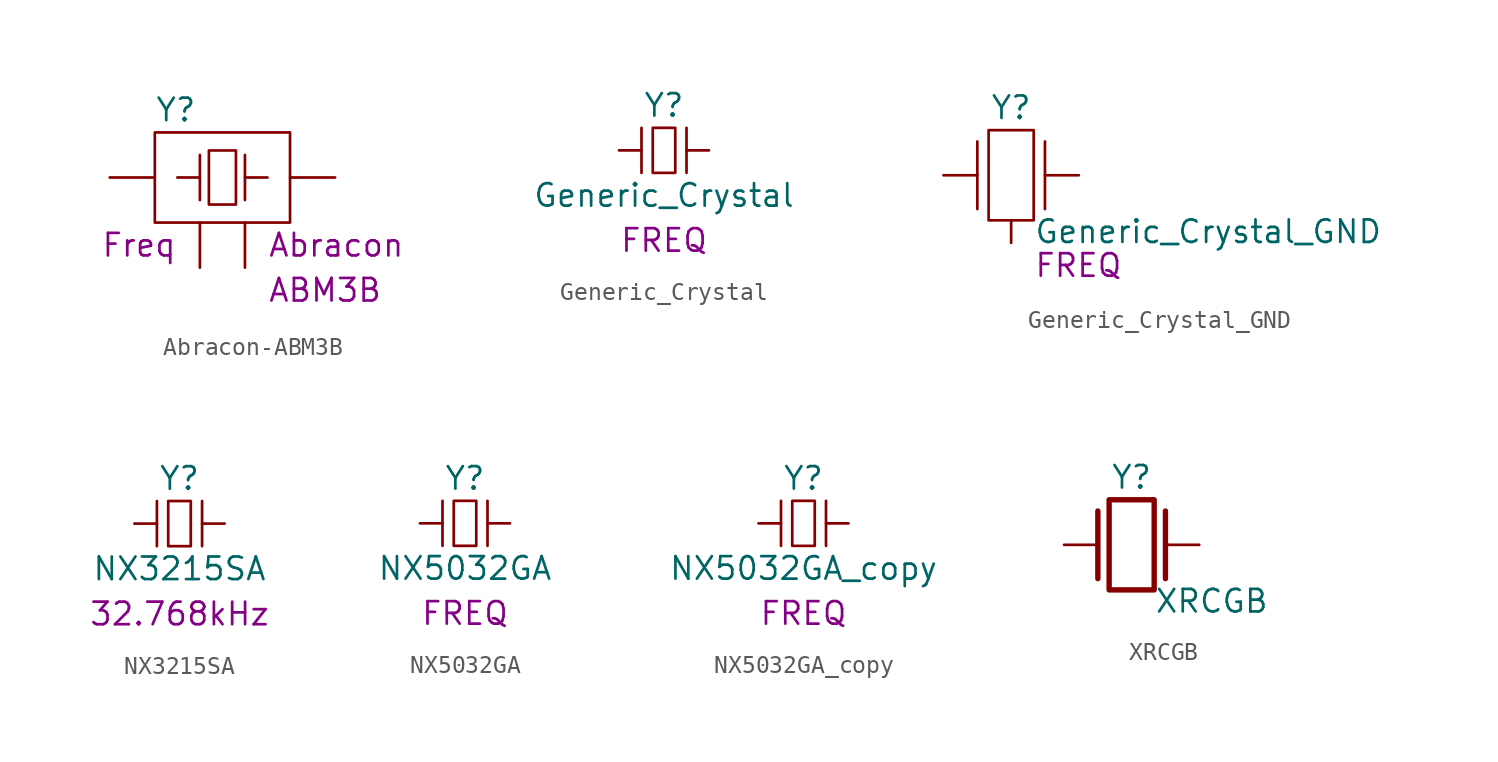
<source format=kicad_sym>
(kicad_symbol_lib
  (version 20211014)
  (generator kicad_symbol_editor)
  (symbol "Abracon-ABM3B"
    (pin_numbers hide)
    (pin_names hide)
    (property "Reference" "Y"
      (at -3.81 3.81 0)
      (effects (font (size 1.27 1.27)) (justify left)))
    (property "Manufacturer" "Abracon"
      (at 2.54 -3.81 0)
      (effects (font (size 1.27 1.27)) (justify left)))
    (property "MPN" "ABM3B"
      (at 2.54 -6.35 0)
      (effects (font (size 1.27 1.27)) (justify left)))
    (property "Frequency" "Freq"
      (at -2.54 -3.81 0)
      (effects (font (size 1.27 1.27)) (justify right)))
    (symbol "Abracon-ABM3B_0_1"
      (rectangle (start -3.81 2.54) (end 3.81 -2.54) (stroke (width 0) (type default) (color 0 0 0 0)) (fill (type none)))
      (rectangle (start -0.762 -1.524) (end 0.762 1.524) (stroke (width 0) (type default) (color 0 0 0 0)) (fill (type none)))
      (polyline (pts (xy -1.27 -1.27) (xy -1.27 1.27)) (stroke (width 0) (type default) (color 0 0 0 0)) (fill (type none)))
      (polyline (pts (xy -1.27 0) (xy -2.54 0)) (stroke (width 0) (type default) (color 0 0 0 0)) (fill (type none)))
      (polyline (pts (xy 1.27 -1.27) (xy 1.27 1.27)) (stroke (width 0) (type default) (color 0 0 0 0)) (fill (type none)))
      (polyline (pts (xy 1.27 0) (xy 2.54 0)) (stroke (width 0) (type default) (color 0 0 0 0)) (fill (type none))))
    (symbol "Abracon-ABM3B_1_1"
      (pin passive line (at -6.35 0 0) (length 2.54) (name "1" (effects (font (size 1.27 1.27)))) (number "1" (effects (font (size 0.762 0.762)))))
      (pin passive line (at -1.27 -5.08 90) (length 2.54) (name "2" (effects (font (size 1.27 1.27)))) (number "2" (effects (font (size 0.762 0.762)))))
      (pin passive line (at 6.35 0 180) (length 2.54) (name "3" (effects (font (size 1.27 1.27)))) (number "3" (effects (font (size 0.762 0.762)))))
      (pin passive line (at 1.27 -5.08 90) (length 2.54) (name "4" (effects (font (size 1.27 1.27)))) (number "4" (effects (font (size 1.27 1.27)))))))
  (symbol "Generic_Crystal"
    (pin_numbers hide)
    (pin_names
      (offset 1.016) hide)
    (property "Reference" "Y"
      (at 0 2.54 0)
      (effects (font (size 1.27 1.27))))
    (property "Value" "Generic_Crystal"
      (at 0 -2.54 0)
      (effects (font (size 1.27 1.27))))
    (property "Frequency" "FREQ"
      (at 0 -5.08 0)
      (effects (font (size 1.27 1.27))))
    (symbol "Generic_Crystal_0_1"
      (rectangle (start -0.635 1.27) (end 0.635 -1.27) (stroke (width 0) (type default) (color 0 0 0 0)) (fill (type none)))
      (polyline (pts (xy -1.27 1.27) (xy -1.27 -1.27)) (stroke (width 0) (type default) (color 0 0 0 0)) (fill (type none)))
      (polyline (pts (xy 1.27 1.27) (xy 1.27 0) (xy 1.27 -1.27)) (stroke (width 0) (type default) (color 0 0 0 0)) (fill (type none))))
    (symbol "Generic_Crystal_1_1"
      (pin passive line (at -2.54 0 0) (length 1.27) (name "1" (effects (font (size 1.27 1.27)))) (number "1" (effects (font (size 1.27 1.27)))))
      (pin passive line (at 2.54 0 180) (length 1.27) (name "2" (effects (font (size 1.27 1.27)))) (number "2" (effects (font (size 1.27 1.27)))))))
  (symbol "Generic_Crystal_GND"
    (pin_numbers hide)
    (pin_names
      (offset 1.016) hide)
    (property "Reference" "Y"
      (at 0 3.81 0)
      (effects (font (size 1.27 1.27))))
    (property "Value" "Generic_Crystal_GND"
      (at 1.27 -3.175 0)
      (effects (font (size 1.27 1.27)) (justify left)))
    (property "Frequency" "FREQ"
      (at 1.27 -5.08 0)
      (effects (font (size 1.27 1.27)) (justify left)))
    (symbol "Generic_Crystal_GND_0_1"
      (rectangle (start -1.27 2.54) (end 1.27 -2.54) (stroke (width 0) (type default) (color 0 0 0 0)) (fill (type none)))
      (polyline (pts (xy -1.905 1.905) (xy -1.905 -1.905)) (stroke (width 0) (type default) (color 0 0 0 0)) (fill (type none)))
      (polyline (pts (xy 1.905 1.905) (xy 1.905 0) (xy 1.905 -1.905)) (stroke (width 0) (type default) (color 0 0 0 0)) (fill (type none))))
    (symbol "Generic_Crystal_GND_1_1"
      (pin passive line (at -3.81 0 0) (length 1.905) (name "1" (effects (font (size 1.27 1.27)))) (number "1" (effects (font (size 1.27 1.27)))))
      (pin passive line (at 3.81 0 180) (length 1.905) (name "2" (effects (font (size 1.27 1.27)))) (number "2" (effects (font (size 1.27 1.27)))))
      (pin power_in line (at 0 -3.81 90) (length 1.27) (name "3" (effects (font (size 1.27 1.27)))) (number "GND" (effects (font (size 1.27 1.27)))))))
  (symbol "NX3215SA"
    (pin_numbers hide)
    (pin_names
      (offset 1.016) hide)
    (property "Reference" "Y"
      (at 0 2.54 0)
      (effects (font (size 1.27 1.27))))
    (property "Value" "NX3215SA"
      (at 0 -2.54 0)
      (effects (font (size 1.27 1.27))))
    (property "Frequency" "32.768kHz"
      (at 0 -5.08 0)
      (effects (font (size 1.27 1.27))))
    (symbol "NX3215SA_0_1"
      (rectangle (start -0.635 1.27) (end 0.635 -1.27) (stroke (width 0) (type default) (color 0 0 0 0)) (fill (type none)))
      (polyline (pts (xy -1.27 1.27) (xy -1.27 -1.27)) (stroke (width 0) (type default) (color 0 0 0 0)) (fill (type none)))
      (polyline (pts (xy 1.27 1.27) (xy 1.27 0) (xy 1.27 -1.27)) (stroke (width 0) (type default) (color 0 0 0 0)) (fill (type none))))
    (symbol "NX3215SA_1_1"
      (pin passive line (at -2.54 0 0) (length 1.27) (name "1" (effects (font (size 1.27 1.27)))) (number "1" (effects (font (size 1.27 1.27)))))
      (pin passive line (at 2.54 0 180) (length 1.27) (name "2" (effects (font (size 1.27 1.27)))) (number "2" (effects (font (size 1.27 1.27)))))))
  (symbol "NX5032GA"
    (pin_numbers hide)
    (pin_names
      (offset 1.016) hide)
    (property "Reference" "Y"
      (at 0 2.54 0)
      (effects (font (size 1.27 1.27))))
    (property "Value" "NX5032GA"
      (at 0 -2.54 0)
      (effects (font (size 1.27 1.27))))
    (property "Frequency" "FREQ"
      (at 0 -5.08 0)
      (effects (font (size 1.27 1.27))))
    (symbol "NX5032GA_0_1"
      (rectangle (start -0.635 1.27) (end 0.635 -1.27) (stroke (width 0) (type default) (color 0 0 0 0)) (fill (type none)))
      (polyline (pts (xy -1.27 1.27) (xy -1.27 -1.27)) (stroke (width 0) (type default) (color 0 0 0 0)) (fill (type none)))
      (polyline (pts (xy 1.27 1.27) (xy 1.27 0) (xy 1.27 -1.27)) (stroke (width 0) (type default) (color 0 0 0 0)) (fill (type none))))
    (symbol "NX5032GA_1_1"
      (pin passive line (at -2.54 0 0) (length 1.27) (name "1" (effects (font (size 1.27 1.27)))) (number "1" (effects (font (size 1.27 1.27)))))
      (pin passive line (at 2.54 0 180) (length 1.27) (name "2" (effects (font (size 1.27 1.27)))) (number "2" (effects (font (size 1.27 1.27)))))))
  (symbol "NX5032GA_copy"
    (pin_numbers hide)
    (pin_names
      (offset 1.016) hide)
    (property "Reference" "Y"
      (at 0 2.54 0)
      (effects (font (size 1.27 1.27))))
    (property "Value" "NX5032GA_copy"
      (at 0 -2.54 0)
      (effects (font (size 1.27 1.27))))
    (property "Frequency" "FREQ"
      (at 0 -5.08 0)
      (effects (font (size 1.27 1.27))))
    (symbol "NX5032GA_copy_0_1"
      (rectangle (start -0.635 1.27) (end 0.635 -1.27) (stroke (width 0) (type default) (color 0 0 0 0)) (fill (type none)))
      (polyline (pts (xy -1.27 1.27) (xy -1.27 -1.27)) (stroke (width 0) (type default) (color 0 0 0 0)) (fill (type none)))
      (polyline (pts (xy 1.27 1.27) (xy 1.27 0) (xy 1.27 -1.27)) (stroke (width 0) (type default) (color 0 0 0 0)) (fill (type none))))
    (symbol "NX5032GA_copy_1_1"
      (pin passive line (at -2.54 0 0) (length 1.27) (name "1" (effects (font (size 1.27 1.27)))) (number "1" (effects (font (size 1.27 1.27)))))
      (pin passive line (at 2.54 0 180) (length 1.27) (name "2" (effects (font (size 1.27 1.27)))) (number "2" (effects (font (size 1.27 1.27)))))))
  (symbol "XRCGB"
    (pin_numbers hide)
    (pin_names
      (offset 1.016) hide)
    (property "Reference" "Y"
      (at 0 3.81 0)
      (effects (font (size 1.27 1.27))))
    (property "Value" "XRCGB"
      (at 1.27 -3.175 0)
      (effects (font (size 1.27 1.27)) (justify left)))
    (symbol "XRCGB_0_1"
      (rectangle (start -1.27 2.54) (end 1.27 -2.54) (stroke (width 0.305) (type default) (color 0 0 0 0)) (fill (type none)))
      (polyline (pts (xy -1.905 1.905) (xy -1.905 -1.905)) (stroke (width 0.305) (type default) (color 0 0 0 0)) (fill (type none)))
      (polyline (pts (xy 1.905 1.905) (xy 1.905 0) (xy 1.905 -1.905)) (stroke (width 0.305) (type default) (color 0 0 0 0)) (fill (type none))))
    (symbol "XRCGB_1_1"
      (pin passive line (at -3.81 0 0) (length 1.905) (name "1" (effects (font (size 1.27 1.27)))) (number "1" (effects (font (size 1.27 1.27)))))
      (pin passive line (at 3.81 0 180) (length 1.905) (name "3" (effects (font (size 1.27 1.27)))) (number "3" (effects (font (size 1.27 1.27))))))))
</source>
